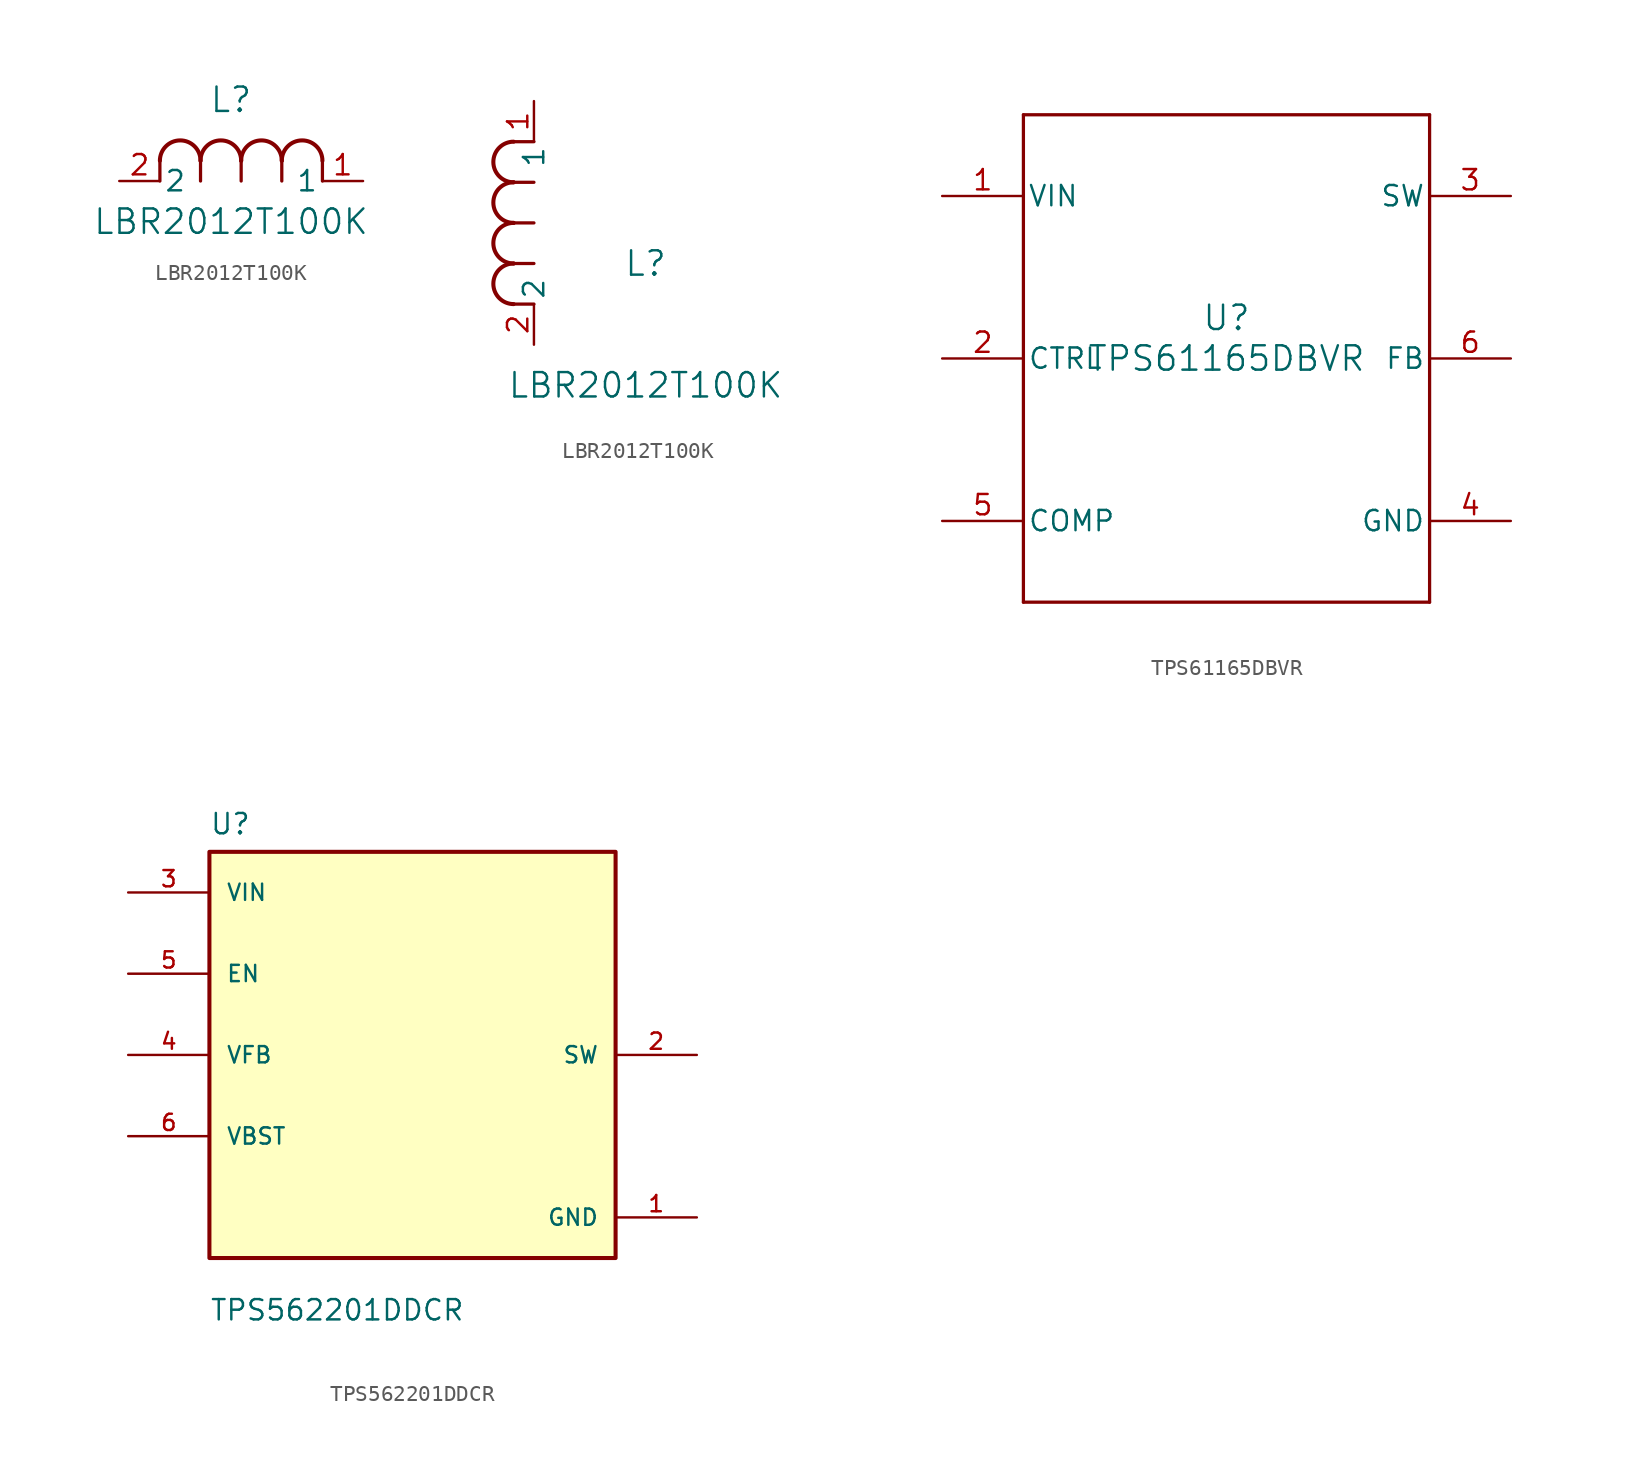
<source format=kicad_sym>
(kicad_symbol_lib
  (version 20231120)
  (generator "kicad_symbol_editor")
  (generator_version "8.0")
  (symbol "LBR2012T100K"
    (pin_names
      (offset 0.254))
    (property "Reference" "L"
      (at 6.985 5.08 0)
      (effects (font (size 1.524 1.524))))
    (property "Value" "LBR2012T100K"
      (at 6.985 -2.54 0)
      (effects (font (size 1.524 1.524))))
    (property "ki_locked" ""
      (at 0 0 0)
      (effects (font (size 1.27 1.27))))
    (symbol "LBR2012T100K_1_1"
      (polyline (pts (xy 2.54 0) (xy 2.54 1.27)) (stroke (width 0.203) (type default)) (fill (type none)))
      (polyline (pts (xy 5.08 0) (xy 5.08 1.27)) (stroke (width 0.203) (type default)) (fill (type none)))
      (polyline (pts (xy 7.62 0) (xy 7.62 1.27)) (stroke (width 0.203) (type default)) (fill (type none)))
      (polyline (pts (xy 10.16 0) (xy 10.16 1.27)) (stroke (width 0.203) (type default)) (fill (type none)))
      (polyline (pts (xy 12.7 0) (xy 12.7 1.27)) (stroke (width 0.203) (type default)) (fill (type none)))
      (arc (start 5.08 1.27) (mid 3.81 2.5344) (end 2.54 1.27) (stroke (width 0.254) (type default)) (fill (type none)))
      (arc (start 7.62 1.27) (mid 6.35 2.5344) (end 5.08 1.27) (stroke (width 0.254) (type default)) (fill (type none)))
      (arc (start 10.16 1.27) (mid 8.89 2.5344) (end 7.62 1.27) (stroke (width 0.254) (type default)) (fill (type none)))
      (arc (start 12.7 1.27) (mid 11.43 2.5344) (end 10.16 1.27) (stroke (width 0.254) (type default)) (fill (type none)))
      (pin unspecified line (at 15.24 0 180) (length 2.54) (name "1" (effects (font (size 1.27 1.27)))) (number "1" (effects (font (size 1.27 1.27)))))
      (pin unspecified line (at 0 0 0) (length 2.54) (name "2" (effects (font (size 1.27 1.27)))) (number "2" (effects (font (size 1.27 1.27))))))
    (symbol "LBR2012T100K_1_2"
      (arc (start -1.27 5.08) (mid -2.5344 3.81) (end -1.27 2.54) (stroke (width 0.254) (type default)) (fill (type none)))
      (arc (start -1.27 7.62) (mid -2.5344 6.35) (end -1.27 5.08) (stroke (width 0.254) (type default)) (fill (type none)))
      (arc (start -1.27 10.16) (mid -2.5344 8.89) (end -1.27 7.62) (stroke (width 0.254) (type default)) (fill (type none)))
      (arc (start -1.27 12.7) (mid -2.5344 11.43) (end -1.27 10.16) (stroke (width 0.254) (type default)) (fill (type none)))
      (polyline (pts (xy 0 2.54) (xy -1.27 2.54)) (stroke (width 0.203) (type default)) (fill (type none)))
      (polyline (pts (xy 0 5.08) (xy -1.27 5.08)) (stroke (width 0.203) (type default)) (fill (type none)))
      (polyline (pts (xy 0 7.62) (xy -1.27 7.62)) (stroke (width 0.203) (type default)) (fill (type none)))
      (polyline (pts (xy 0 10.16) (xy -1.27 10.16)) (stroke (width 0.203) (type default)) (fill (type none)))
      (polyline (pts (xy 0 12.7) (xy -1.27 12.7)) (stroke (width 0.203) (type default)) (fill (type none)))
      (pin unspecified line (at 0 15.24 270) (length 2.54) (name "1" (effects (font (size 1.27 1.27)))) (number "1" (effects (font (size 1.27 1.27)))))
      (pin unspecified line (at 0 0 90) (length 2.54) (name "2" (effects (font (size 1.27 1.27)))) (number "2" (effects (font (size 1.27 1.27)))))))
  (symbol "TPS61165DBVR"
    (pin_names
      (offset 0.254))
    (property "Reference" "U"
      (at 0 2.54 0)
      (effects (font (size 1.524 1.524))))
    (property "Value" "TPS61165DBVR"
      (at 0 0 0)
      (effects (font (size 1.524 1.524))))
    (property "ki_locked" ""
      (at 0 0 0)
      (effects (font (size 1.27 1.27))))
    (symbol "TPS61165DBVR_0_1"
      (polyline (pts (xy -12.7 -15.24) (xy 12.7 -15.24)) (stroke (width 0.203) (type default)) (fill (type none)))
      (polyline (pts (xy -12.7 15.24) (xy -12.7 -15.24)) (stroke (width 0.203) (type default)) (fill (type none)))
      (polyline (pts (xy 12.7 -15.24) (xy 12.7 15.24)) (stroke (width 0.203) (type default)) (fill (type none)))
      (polyline (pts (xy 12.7 15.24) (xy -12.7 15.24)) (stroke (width 0.203) (type default)) (fill (type none)))
      (pin power_in line (at -17.78 10.16 0) (length 5.08) (name "VIN" (effects (font (size 1.27 1.27)))) (number "1" (effects (font (size 1.27 1.27)))))
      (pin input line (at -17.78 0 0) (length 5.08) (name "CTRL" (effects (font (size 1.27 1.27)))) (number "2" (effects (font (size 1.27 1.27)))))
      (pin power_in line (at 17.78 10.16 180) (length 5.08) (name "SW" (effects (font (size 1.27 1.27)))) (number "3" (effects (font (size 1.27 1.27)))))
      (pin power_in line (at 17.78 -10.16 180) (length 5.08) (name "GND" (effects (font (size 1.27 1.27)))) (number "4" (effects (font (size 1.27 1.27)))))
      (pin output line (at -17.78 -10.16 0) (length 5.08) (name "COMP" (effects (font (size 1.27 1.27)))) (number "5" (effects (font (size 1.27 1.27)))))
      (pin input line (at 17.78 0 180) (length 5.08) (name "FB" (effects (font (size 1.27 1.27)))) (number "6" (effects (font (size 1.27 1.27)))))))
  (symbol "TPS562201DDCR"
    (pin_names
      (offset 1.016))
    (property "Reference" "U"
      (at -12.7 13.7 0)
      (effects (font (size 1.27 1.27)) (justify left bottom)))
    (property "Value" "TPS562201DDCR"
      (at -12.7 -16.7 0)
      (effects (font (size 1.27 1.27)) (justify left bottom)))
    (symbol "TPS562201DDCR_0_0"
      (rectangle (start -12.7 -12.7) (end 12.7 12.7) (stroke (width 0.254) (type default)) (fill (type background)))
      (pin power_in line (at 17.78 -10.16 180) (length 5.08) (name "GND" (effects (font (size 1.016 1.016)))) (number "1" (effects (font (size 1.016 1.016)))))
      (pin bidirectional line (at 17.78 0 180) (length 5.08) (name "SW" (effects (font (size 1.016 1.016)))) (number "2" (effects (font (size 1.016 1.016)))))
      (pin power_in line (at -17.78 10.16 0) (length 5.08) (name "VIN" (effects (font (size 1.016 1.016)))) (number "3" (effects (font (size 1.016 1.016)))))
      (pin input line (at -17.78 0 0) (length 5.08) (name "VFB" (effects (font (size 1.016 1.016)))) (number "4" (effects (font (size 1.016 1.016)))))
      (pin input line (at -17.78 5.08 0) (length 5.08) (name "EN" (effects (font (size 1.016 1.016)))) (number "5" (effects (font (size 1.016 1.016)))))
      (pin input line (at -17.78 -5.08 0) (length 5.08) (name "VBST" (effects (font (size 1.016 1.016)))) (number "6" (effects (font (size 1.016 1.016))))))))
</source>
